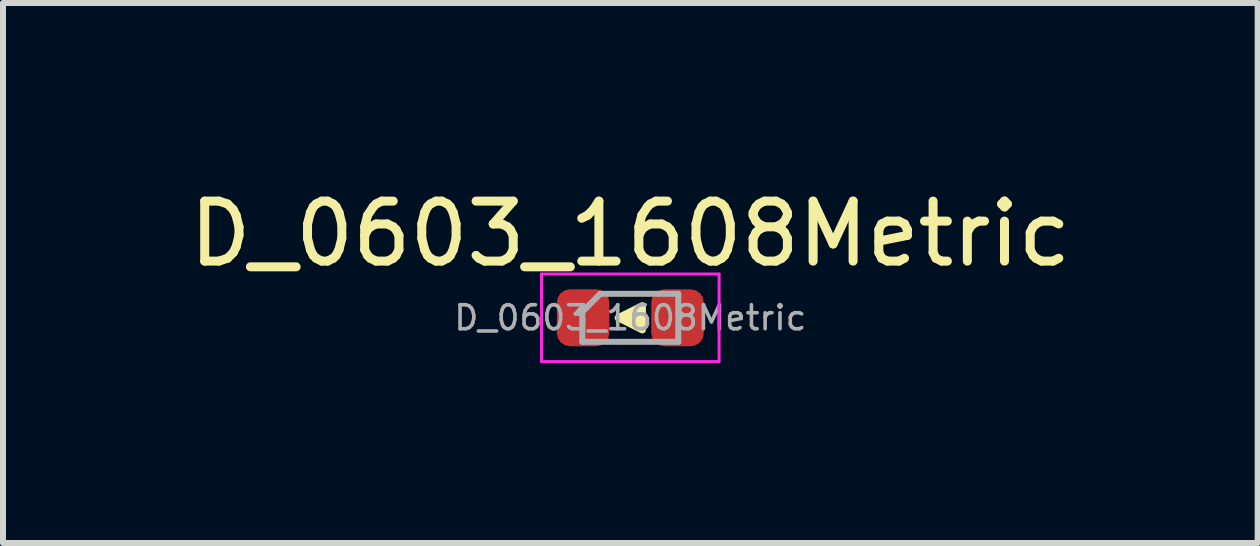
<source format=kicad_pcb>
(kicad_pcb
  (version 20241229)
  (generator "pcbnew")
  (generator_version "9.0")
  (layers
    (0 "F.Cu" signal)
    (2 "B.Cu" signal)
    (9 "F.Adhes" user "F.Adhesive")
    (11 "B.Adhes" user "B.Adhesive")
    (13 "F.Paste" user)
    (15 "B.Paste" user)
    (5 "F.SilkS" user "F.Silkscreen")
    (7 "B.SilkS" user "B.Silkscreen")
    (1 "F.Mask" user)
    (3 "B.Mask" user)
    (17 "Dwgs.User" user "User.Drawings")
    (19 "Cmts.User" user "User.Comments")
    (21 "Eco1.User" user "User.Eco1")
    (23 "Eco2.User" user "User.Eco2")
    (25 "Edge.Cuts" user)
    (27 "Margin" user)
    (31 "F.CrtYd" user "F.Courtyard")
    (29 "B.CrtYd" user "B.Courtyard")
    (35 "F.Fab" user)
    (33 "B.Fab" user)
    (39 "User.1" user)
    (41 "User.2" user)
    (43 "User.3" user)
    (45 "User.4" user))
  (footprint "D_0603_1608Metric"
    (layer "F.Cu")
    (at 7.458 2.248)
    (property "Reference" "D_0603_1608Metric" (at 0 -1.4 0) (layer "F.SilkS") (effects (font (size 1 1) (thickness 0.15))))
    (attr smd)
    (fp_poly (pts (xy 0.2 0.2) (xy -0.2 0) (xy 0.2 -0.2)) (stroke (width 0.12) (type solid)) (fill yes) (layer "F.SilkS"))
    (fp_line (start -1.48 -0.73) (end 1.48 -0.73) (stroke (width 0.05) (type solid)) (layer "F.CrtYd"))
    (fp_line (start -1.48 0.73) (end -1.48 -0.73) (stroke (width 0.05) (type solid)) (layer "F.CrtYd"))
    (fp_line (start 1.48 -0.73) (end 1.48 0.73) (stroke (width 0.05) (type solid)) (layer "F.CrtYd"))
    (fp_line (start 1.48 0.73) (end -1.48 0.73) (stroke (width 0.05) (type solid)) (layer "F.CrtYd"))
    (fp_line (start -0.8 -0.1) (end -0.8 0.4) (stroke (width 0.1) (type solid)) (layer "F.Fab"))
    (fp_line (start -0.8 0.4) (end 0.8 0.4) (stroke (width 0.1) (type solid)) (layer "F.Fab"))
    (fp_line (start -0.5 -0.4) (end -0.8 -0.1) (stroke (width 0.1) (type solid)) (layer "F.Fab"))
    (fp_line (start 0.8 -0.4) (end -0.5 -0.4) (stroke (width 0.1) (type solid)) (layer "F.Fab"))
    (fp_line (start 0.8 0.4) (end 0.8 -0.4) (stroke (width 0.1) (type solid)) (layer "F.Fab"))
    (fp_text user "${REFERENCE}" (at 0 0 0) (layer "F.Fab") (effects (font (size 0.4 0.4) (thickness 0.06))))
    (pad "1" smd roundrect (at -0.787 0) (size 0.875 0.95) (layers "F.Cu" "F.Mask" "F.Paste") (roundrect_rratio 0.25))
    (pad "2" smd roundrect (at 0.787 0) (size 0.875 0.95) (layers "F.Cu" "F.Mask" "F.Paste") (roundrect_rratio 0.25)))
  (gr_rect
    (start -3 -3)
    (end 17.917 6.003)
    (stroke (width 0.1) (type default))
    (fill no)
    (layer "Edge.Cuts")))
</source>
